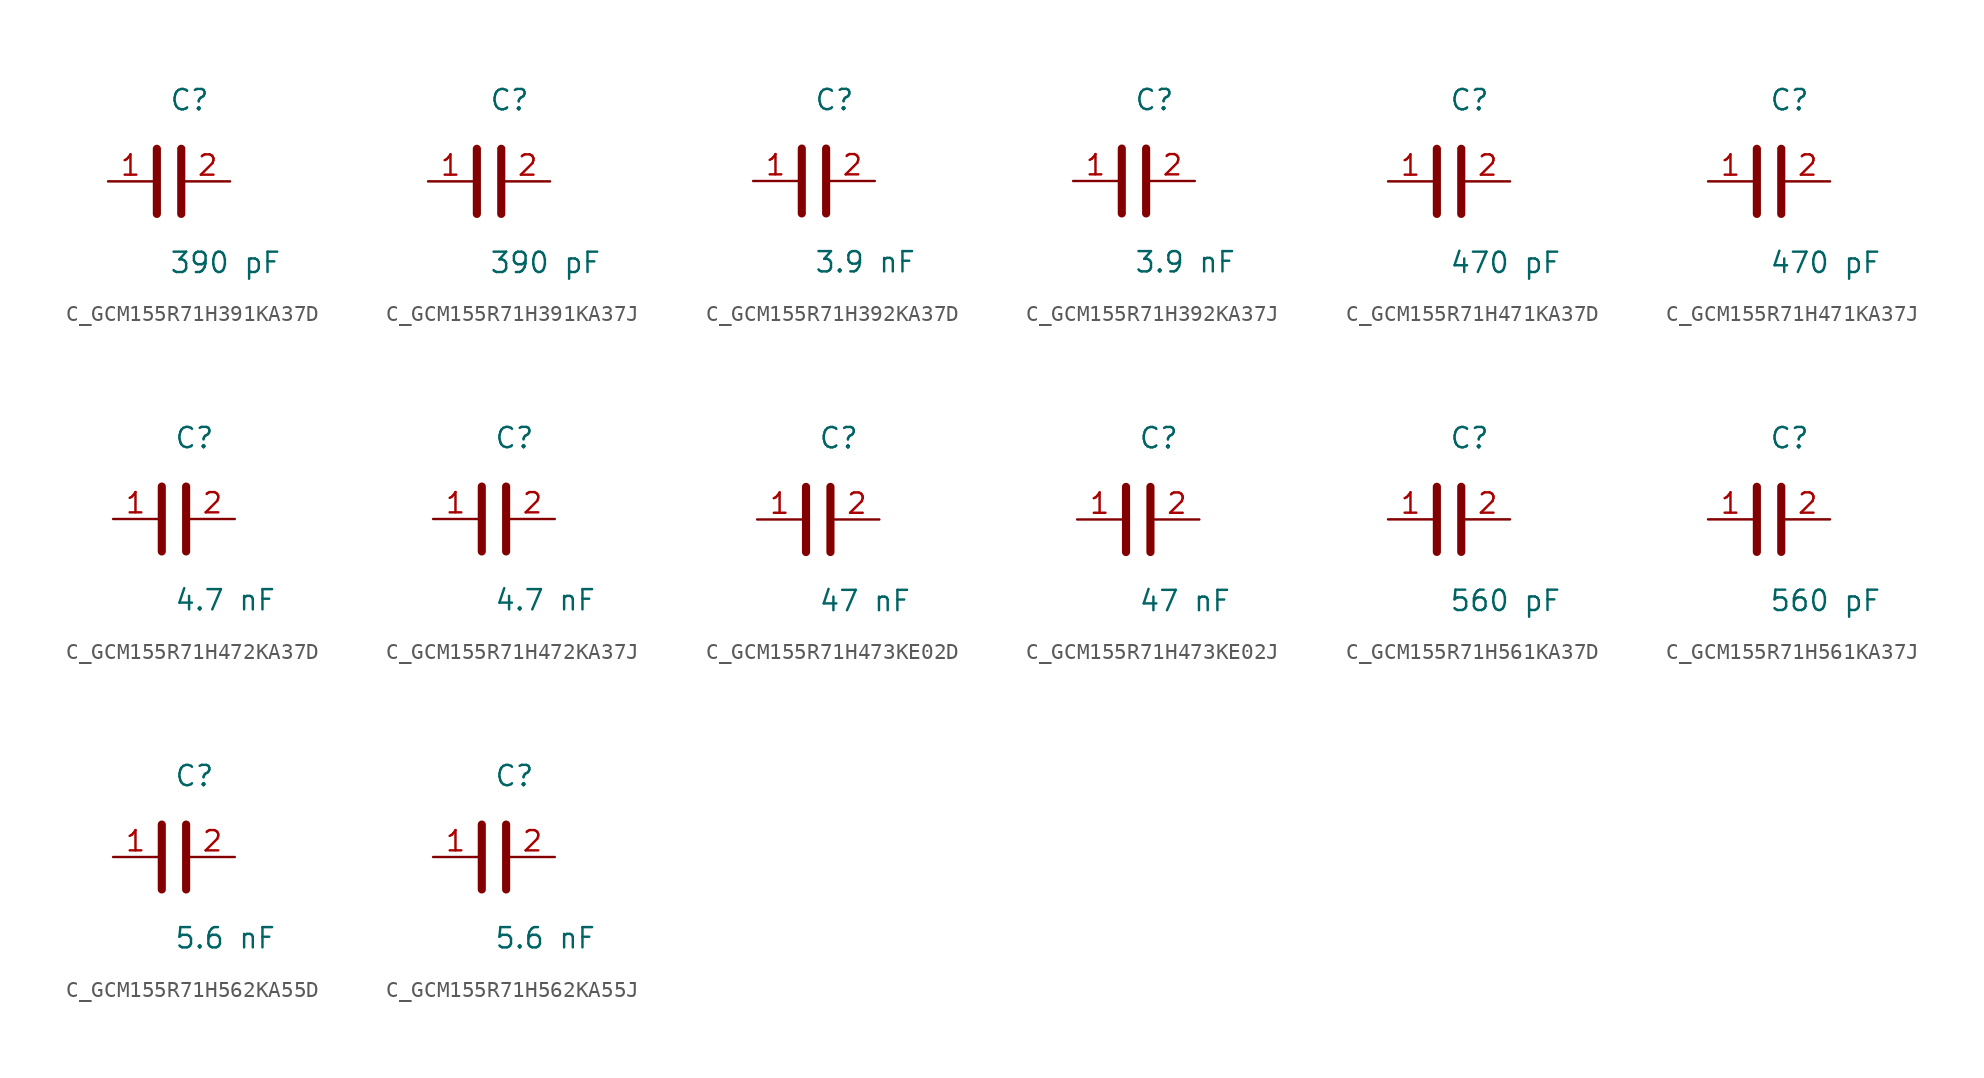
<source format=kicad_sym>
(kicad_symbol_lib
  (version 20231120)
  (generator kicad_symbol_editor)
  (generator_version 8.0)
  (symbol "C_GCM155R71H391KA37D"
    (pin_names
      (offset 0.254))
    (property "Reference" "C"
      (at 0 5.08 0)
      (effects (font (size 1.27 1.27)) (justify left)))
    (property "Value" "390 pF"
      (at 0 -5.08 0)
      (effects (font (size 1.27 1.27)) (justify left)))
    (symbol "C_GCM155R71H391KA37D_0_1"
      (polyline (pts (xy -0.762 -2.032) (xy -0.762 2.032)) (stroke (width 0.508) (type default)) (fill (type none)))
      (polyline (pts (xy 0.762 -2.032) (xy 0.762 2.032)) (stroke (width 0.508) (type default)) (fill (type none))))
    (pin passive line
      (at -3.81 0 0)
      (length 2.8)
      (name "" (effects (font (size 1.27 1.27))))
      (number "1" (effects (font (size 1.27 1.27)))))
    (pin passive line
      (at 3.81 0 180)
      (length 2.8)
      (name "" (effects (font (size 1.27 1.27))))
      (number "2" (effects (font (size 1.27 1.27))))))
  (symbol "C_GCM155R71H391KA37J"
    (pin_names
      (offset 0.254))
    (property "Reference" "C"
      (at 0 5.08 0)
      (effects (font (size 1.27 1.27)) (justify left)))
    (property "Value" "390 pF"
      (at 0 -5.08 0)
      (effects (font (size 1.27 1.27)) (justify left)))
    (symbol "C_GCM155R71H391KA37J_0_1"
      (polyline (pts (xy -0.762 -2.032) (xy -0.762 2.032)) (stroke (width 0.508) (type default)) (fill (type none)))
      (polyline (pts (xy 0.762 -2.032) (xy 0.762 2.032)) (stroke (width 0.508) (type default)) (fill (type none))))
    (pin passive line
      (at -3.81 0 0)
      (length 2.8)
      (name "" (effects (font (size 1.27 1.27))))
      (number "1" (effects (font (size 1.27 1.27)))))
    (pin passive line
      (at 3.81 0 180)
      (length 2.8)
      (name "" (effects (font (size 1.27 1.27))))
      (number "2" (effects (font (size 1.27 1.27))))))
  (symbol "C_GCM155R71H392KA37D"
    (pin_names
      (offset 0.254))
    (property "Reference" "C"
      (at 0 5.08 0)
      (effects (font (size 1.27 1.27)) (justify left)))
    (property "Value" "3.9 nF"
      (at 0 -5.08 0)
      (effects (font (size 1.27 1.27)) (justify left)))
    (symbol "C_GCM155R71H392KA37D_0_1"
      (polyline (pts (xy -0.762 -2.032) (xy -0.762 2.032)) (stroke (width 0.508) (type default)) (fill (type none)))
      (polyline (pts (xy 0.762 -2.032) (xy 0.762 2.032)) (stroke (width 0.508) (type default)) (fill (type none))))
    (pin passive line
      (at -3.81 0 0)
      (length 2.8)
      (name "" (effects (font (size 1.27 1.27))))
      (number "1" (effects (font (size 1.27 1.27)))))
    (pin passive line
      (at 3.81 0 180)
      (length 2.8)
      (name "" (effects (font (size 1.27 1.27))))
      (number "2" (effects (font (size 1.27 1.27))))))
  (symbol "C_GCM155R71H392KA37J"
    (pin_names
      (offset 0.254))
    (property "Reference" "C"
      (at 0 5.08 0)
      (effects (font (size 1.27 1.27)) (justify left)))
    (property "Value" "3.9 nF"
      (at 0 -5.08 0)
      (effects (font (size 1.27 1.27)) (justify left)))
    (symbol "C_GCM155R71H392KA37J_0_1"
      (polyline (pts (xy -0.762 -2.032) (xy -0.762 2.032)) (stroke (width 0.508) (type default)) (fill (type none)))
      (polyline (pts (xy 0.762 -2.032) (xy 0.762 2.032)) (stroke (width 0.508) (type default)) (fill (type none))))
    (pin passive line
      (at -3.81 0 0)
      (length 2.8)
      (name "" (effects (font (size 1.27 1.27))))
      (number "1" (effects (font (size 1.27 1.27)))))
    (pin passive line
      (at 3.81 0 180)
      (length 2.8)
      (name "" (effects (font (size 1.27 1.27))))
      (number "2" (effects (font (size 1.27 1.27))))))
  (symbol "C_GCM155R71H471KA37D"
    (pin_names
      (offset 0.254))
    (property "Reference" "C"
      (at 0 5.08 0)
      (effects (font (size 1.27 1.27)) (justify left)))
    (property "Value" "470 pF"
      (at 0 -5.08 0)
      (effects (font (size 1.27 1.27)) (justify left)))
    (symbol "C_GCM155R71H471KA37D_0_1"
      (polyline (pts (xy -0.762 -2.032) (xy -0.762 2.032)) (stroke (width 0.508) (type default)) (fill (type none)))
      (polyline (pts (xy 0.762 -2.032) (xy 0.762 2.032)) (stroke (width 0.508) (type default)) (fill (type none))))
    (pin passive line
      (at -3.81 0 0)
      (length 2.8)
      (name "" (effects (font (size 1.27 1.27))))
      (number "1" (effects (font (size 1.27 1.27)))))
    (pin passive line
      (at 3.81 0 180)
      (length 2.8)
      (name "" (effects (font (size 1.27 1.27))))
      (number "2" (effects (font (size 1.27 1.27))))))
  (symbol "C_GCM155R71H471KA37J"
    (pin_names
      (offset 0.254))
    (property "Reference" "C"
      (at 0 5.08 0)
      (effects (font (size 1.27 1.27)) (justify left)))
    (property "Value" "470 pF"
      (at 0 -5.08 0)
      (effects (font (size 1.27 1.27)) (justify left)))
    (symbol "C_GCM155R71H471KA37J_0_1"
      (polyline (pts (xy -0.762 -2.032) (xy -0.762 2.032)) (stroke (width 0.508) (type default)) (fill (type none)))
      (polyline (pts (xy 0.762 -2.032) (xy 0.762 2.032)) (stroke (width 0.508) (type default)) (fill (type none))))
    (pin passive line
      (at -3.81 0 0)
      (length 2.8)
      (name "" (effects (font (size 1.27 1.27))))
      (number "1" (effects (font (size 1.27 1.27)))))
    (pin passive line
      (at 3.81 0 180)
      (length 2.8)
      (name "" (effects (font (size 1.27 1.27))))
      (number "2" (effects (font (size 1.27 1.27))))))
  (symbol "C_GCM155R71H472KA37D"
    (pin_names
      (offset 0.254))
    (property "Reference" "C"
      (at 0 5.08 0)
      (effects (font (size 1.27 1.27)) (justify left)))
    (property "Value" "4.7 nF"
      (at 0 -5.08 0)
      (effects (font (size 1.27 1.27)) (justify left)))
    (symbol "C_GCM155R71H472KA37D_0_1"
      (polyline (pts (xy -0.762 -2.032) (xy -0.762 2.032)) (stroke (width 0.508) (type default)) (fill (type none)))
      (polyline (pts (xy 0.762 -2.032) (xy 0.762 2.032)) (stroke (width 0.508) (type default)) (fill (type none))))
    (pin passive line
      (at -3.81 0 0)
      (length 2.8)
      (name "" (effects (font (size 1.27 1.27))))
      (number "1" (effects (font (size 1.27 1.27)))))
    (pin passive line
      (at 3.81 0 180)
      (length 2.8)
      (name "" (effects (font (size 1.27 1.27))))
      (number "2" (effects (font (size 1.27 1.27))))))
  (symbol "C_GCM155R71H472KA37J"
    (pin_names
      (offset 0.254))
    (property "Reference" "C"
      (at 0 5.08 0)
      (effects (font (size 1.27 1.27)) (justify left)))
    (property "Value" "4.7 nF"
      (at 0 -5.08 0)
      (effects (font (size 1.27 1.27)) (justify left)))
    (symbol "C_GCM155R71H472KA37J_0_1"
      (polyline (pts (xy -0.762 -2.032) (xy -0.762 2.032)) (stroke (width 0.508) (type default)) (fill (type none)))
      (polyline (pts (xy 0.762 -2.032) (xy 0.762 2.032)) (stroke (width 0.508) (type default)) (fill (type none))))
    (pin passive line
      (at -3.81 0 0)
      (length 2.8)
      (name "" (effects (font (size 1.27 1.27))))
      (number "1" (effects (font (size 1.27 1.27)))))
    (pin passive line
      (at 3.81 0 180)
      (length 2.8)
      (name "" (effects (font (size 1.27 1.27))))
      (number "2" (effects (font (size 1.27 1.27))))))
  (symbol "C_GCM155R71H473KE02D"
    (pin_names
      (offset 0.254))
    (property "Reference" "C"
      (at 0 5.08 0)
      (effects (font (size 1.27 1.27)) (justify left)))
    (property "Value" "47 nF"
      (at 0 -5.08 0)
      (effects (font (size 1.27 1.27)) (justify left)))
    (symbol "C_GCM155R71H473KE02D_0_1"
      (polyline (pts (xy -0.762 -2.032) (xy -0.762 2.032)) (stroke (width 0.508) (type default)) (fill (type none)))
      (polyline (pts (xy 0.762 -2.032) (xy 0.762 2.032)) (stroke (width 0.508) (type default)) (fill (type none))))
    (pin passive line
      (at -3.81 0 0)
      (length 2.8)
      (name "" (effects (font (size 1.27 1.27))))
      (number "1" (effects (font (size 1.27 1.27)))))
    (pin passive line
      (at 3.81 0 180)
      (length 2.8)
      (name "" (effects (font (size 1.27 1.27))))
      (number "2" (effects (font (size 1.27 1.27))))))
  (symbol "C_GCM155R71H473KE02J"
    (pin_names
      (offset 0.254))
    (property "Reference" "C"
      (at 0 5.08 0)
      (effects (font (size 1.27 1.27)) (justify left)))
    (property "Value" "47 nF"
      (at 0 -5.08 0)
      (effects (font (size 1.27 1.27)) (justify left)))
    (symbol "C_GCM155R71H473KE02J_0_1"
      (polyline (pts (xy -0.762 -2.032) (xy -0.762 2.032)) (stroke (width 0.508) (type default)) (fill (type none)))
      (polyline (pts (xy 0.762 -2.032) (xy 0.762 2.032)) (stroke (width 0.508) (type default)) (fill (type none))))
    (pin passive line
      (at -3.81 0 0)
      (length 2.8)
      (name "" (effects (font (size 1.27 1.27))))
      (number "1" (effects (font (size 1.27 1.27)))))
    (pin passive line
      (at 3.81 0 180)
      (length 2.8)
      (name "" (effects (font (size 1.27 1.27))))
      (number "2" (effects (font (size 1.27 1.27))))))
  (symbol "C_GCM155R71H561KA37D"
    (pin_names
      (offset 0.254))
    (property "Reference" "C"
      (at 0 5.08 0)
      (effects (font (size 1.27 1.27)) (justify left)))
    (property "Value" "560 pF"
      (at 0 -5.08 0)
      (effects (font (size 1.27 1.27)) (justify left)))
    (symbol "C_GCM155R71H561KA37D_0_1"
      (polyline (pts (xy -0.762 -2.032) (xy -0.762 2.032)) (stroke (width 0.508) (type default)) (fill (type none)))
      (polyline (pts (xy 0.762 -2.032) (xy 0.762 2.032)) (stroke (width 0.508) (type default)) (fill (type none))))
    (pin passive line
      (at -3.81 0 0)
      (length 2.8)
      (name "" (effects (font (size 1.27 1.27))))
      (number "1" (effects (font (size 1.27 1.27)))))
    (pin passive line
      (at 3.81 0 180)
      (length 2.8)
      (name "" (effects (font (size 1.27 1.27))))
      (number "2" (effects (font (size 1.27 1.27))))))
  (symbol "C_GCM155R71H561KA37J"
    (pin_names
      (offset 0.254))
    (property "Reference" "C"
      (at 0 5.08 0)
      (effects (font (size 1.27 1.27)) (justify left)))
    (property "Value" "560 pF"
      (at 0 -5.08 0)
      (effects (font (size 1.27 1.27)) (justify left)))
    (symbol "C_GCM155R71H561KA37J_0_1"
      (polyline (pts (xy -0.762 -2.032) (xy -0.762 2.032)) (stroke (width 0.508) (type default)) (fill (type none)))
      (polyline (pts (xy 0.762 -2.032) (xy 0.762 2.032)) (stroke (width 0.508) (type default)) (fill (type none))))
    (pin passive line
      (at -3.81 0 0)
      (length 2.8)
      (name "" (effects (font (size 1.27 1.27))))
      (number "1" (effects (font (size 1.27 1.27)))))
    (pin passive line
      (at 3.81 0 180)
      (length 2.8)
      (name "" (effects (font (size 1.27 1.27))))
      (number "2" (effects (font (size 1.27 1.27))))))
  (symbol "C_GCM155R71H562KA55D"
    (pin_names
      (offset 0.254))
    (property "Reference" "C"
      (at 0 5.08 0)
      (effects (font (size 1.27 1.27)) (justify left)))
    (property "Value" "5.6 nF"
      (at 0 -5.08 0)
      (effects (font (size 1.27 1.27)) (justify left)))
    (symbol "C_GCM155R71H562KA55D_0_1"
      (polyline (pts (xy -0.762 -2.032) (xy -0.762 2.032)) (stroke (width 0.508) (type default)) (fill (type none)))
      (polyline (pts (xy 0.762 -2.032) (xy 0.762 2.032)) (stroke (width 0.508) (type default)) (fill (type none))))
    (pin passive line
      (at -3.81 0 0)
      (length 2.8)
      (name "" (effects (font (size 1.27 1.27))))
      (number "1" (effects (font (size 1.27 1.27)))))
    (pin passive line
      (at 3.81 0 180)
      (length 2.8)
      (name "" (effects (font (size 1.27 1.27))))
      (number "2" (effects (font (size 1.27 1.27))))))
  (symbol "C_GCM155R71H562KA55J"
    (pin_names
      (offset 0.254))
    (property "Reference" "C"
      (at 0 5.08 0)
      (effects (font (size 1.27 1.27)) (justify left)))
    (property "Value" "5.6 nF"
      (at 0 -5.08 0)
      (effects (font (size 1.27 1.27)) (justify left)))
    (symbol "C_GCM155R71H562KA55J_0_1"
      (polyline (pts (xy -0.762 -2.032) (xy -0.762 2.032)) (stroke (width 0.508) (type default)) (fill (type none)))
      (polyline (pts (xy 0.762 -2.032) (xy 0.762 2.032)) (stroke (width 0.508) (type default)) (fill (type none))))
    (pin passive line
      (at -3.81 0 0)
      (length 2.8)
      (name "" (effects (font (size 1.27 1.27))))
      (number "1" (effects (font (size 1.27 1.27)))))
    (pin passive line
      (at 3.81 0 180)
      (length 2.8)
      (name "" (effects (font (size 1.27 1.27))))
      (number "2" (effects (font (size 1.27 1.27)))))))
</source>
